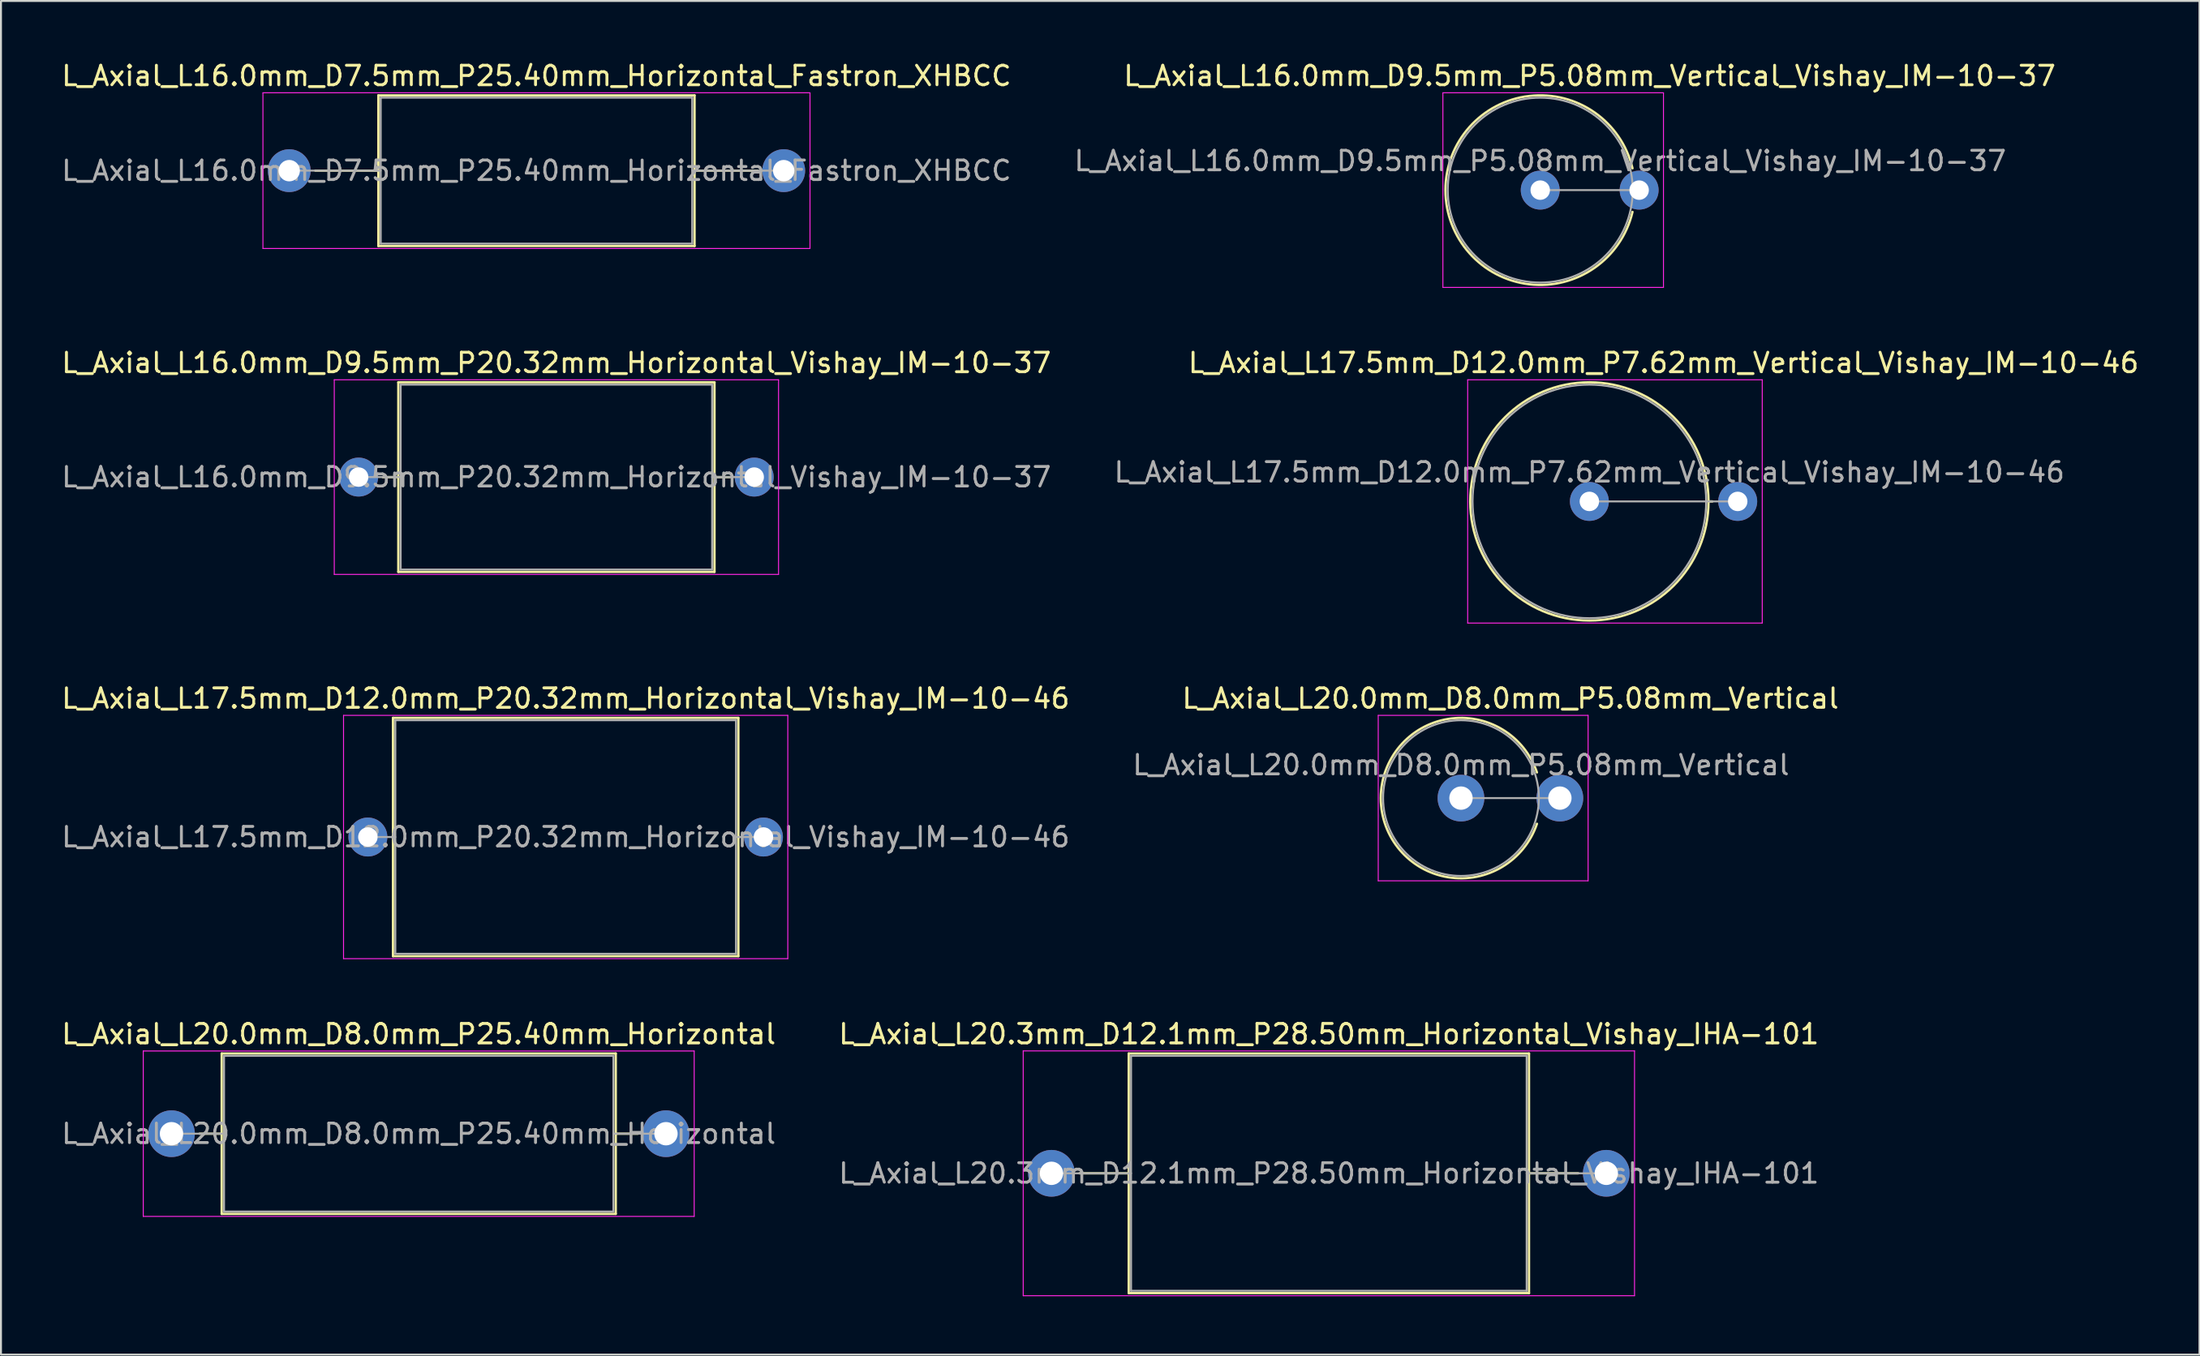
<source format=kicad_pcb>
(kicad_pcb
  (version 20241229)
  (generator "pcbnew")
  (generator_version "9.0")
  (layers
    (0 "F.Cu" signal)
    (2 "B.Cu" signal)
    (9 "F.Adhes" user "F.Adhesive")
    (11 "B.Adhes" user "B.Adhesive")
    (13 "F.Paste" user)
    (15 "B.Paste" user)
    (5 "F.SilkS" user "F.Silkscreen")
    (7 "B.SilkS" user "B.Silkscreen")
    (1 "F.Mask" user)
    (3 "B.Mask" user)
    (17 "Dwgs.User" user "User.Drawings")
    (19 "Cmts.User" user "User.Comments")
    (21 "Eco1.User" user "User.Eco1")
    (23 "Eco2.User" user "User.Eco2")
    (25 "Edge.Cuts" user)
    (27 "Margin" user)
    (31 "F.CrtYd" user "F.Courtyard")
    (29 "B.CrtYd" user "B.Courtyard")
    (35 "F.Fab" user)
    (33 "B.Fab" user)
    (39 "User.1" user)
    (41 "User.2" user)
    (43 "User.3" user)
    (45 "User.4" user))
  (footprint "L_Axial_L20.0mm_D8.0mm_P5.08mm_Vertical"
    (layer "F.Cu")
    (at 71.994 37.955)
    (property "Reference" "L_Axial_L20.0mm_D8.0mm_P5.08mm_Vertical" (at 2.54 -5.12 0) (layer "F.SilkS") (effects (font (size 1 1) (thickness 0.15))))
    (attr through_hole)
    (fp_arc (start 3.902819 1.32) (mid -4.12 0) (end 3.902819 -1.32) (stroke (width 0.12) (type solid)) (layer "F.SilkS"))
    (fp_line (start -4.25 -4.25) (end -4.25 4.25) (stroke (width 0.05) (type solid)) (layer "F.CrtYd"))
    (fp_line (start -4.25 4.25) (end 6.53 4.25) (stroke (width 0.05) (type solid)) (layer "F.CrtYd"))
    (fp_line (start 6.53 -4.25) (end -4.25 -4.25) (stroke (width 0.05) (type solid)) (layer "F.CrtYd"))
    (fp_line (start 6.53 4.25) (end 6.53 -4.25) (stroke (width 0.05) (type solid)) (layer "F.CrtYd"))
    (fp_line (start 0 0) (end 5.08 0) (stroke (width 0.1) (type solid)) (layer "F.Fab"))
    (fp_circle (center 0 0) (end 4 0) (stroke (width 0.1) (type solid)) (fill no) (layer "F.Fab"))
    (fp_text user "${REFERENCE}" (at 0 -1.7 0) (layer "F.Fab") (effects (font (size 1 1) (thickness 0.15))))
    (pad "1" thru_hole circle (at 0 0) (size 2.4 2.4) (drill 1.2) (layers "*.Cu" "*.Mask"))
    (pad "2" thru_hole oval (at 5.08 0) (size 2.4 2.4) (drill 1.2) (layers "*.Cu" "*.Mask")))
  (footprint "L_Axial_L20.0mm_D8.0mm_P25.40mm_Horizontal"
    (layer "F.Cu")
    (at 5.758 55.198)
    (property "Reference" "L_Axial_L20.0mm_D8.0mm_P25.40mm_Horizontal" (at 12.7 -5.12 0) (layer "F.SilkS") (effects (font (size 1 1) (thickness 0.15))))
    (attr through_hole)
    (fp_line (start 1.44 0) (end 2.58 0) (stroke (width 0.12) (type solid)) (layer "F.SilkS"))
    (fp_line (start 2.58 -4.12) (end 2.58 4.12) (stroke (width 0.12) (type solid)) (layer "F.SilkS"))
    (fp_line (start 2.58 4.12) (end 22.82 4.12) (stroke (width 0.12) (type solid)) (layer "F.SilkS"))
    (fp_line (start 22.82 -4.12) (end 2.58 -4.12) (stroke (width 0.12) (type solid)) (layer "F.SilkS"))
    (fp_line (start 22.82 4.12) (end 22.82 -4.12) (stroke (width 0.12) (type solid)) (layer "F.SilkS"))
    (fp_line (start 23.96 0) (end 22.82 0) (stroke (width 0.12) (type solid)) (layer "F.SilkS"))
    (fp_line (start -1.45 -4.25) (end -1.45 4.25) (stroke (width 0.05) (type solid)) (layer "F.CrtYd"))
    (fp_line (start -1.45 4.25) (end 26.85 4.25) (stroke (width 0.05) (type solid)) (layer "F.CrtYd"))
    (fp_line (start 26.85 -4.25) (end -1.45 -4.25) (stroke (width 0.05) (type solid)) (layer "F.CrtYd"))
    (fp_line (start 26.85 4.25) (end 26.85 -4.25) (stroke (width 0.05) (type solid)) (layer "F.CrtYd"))
    (fp_line (start 0 0) (end 2.7 0) (stroke (width 0.1) (type solid)) (layer "F.Fab"))
    (fp_line (start 2.7 -4) (end 2.7 4) (stroke (width 0.1) (type solid)) (layer "F.Fab"))
    (fp_line (start 2.7 4) (end 22.7 4) (stroke (width 0.1) (type solid)) (layer "F.Fab"))
    (fp_line (start 22.7 -4) (end 2.7 -4) (stroke (width 0.1) (type solid)) (layer "F.Fab"))
    (fp_line (start 22.7 4) (end 22.7 -4) (stroke (width 0.1) (type solid)) (layer "F.Fab"))
    (fp_line (start 25.4 0) (end 22.7 0) (stroke (width 0.1) (type solid)) (layer "F.Fab"))
    (fp_text user "${REFERENCE}" (at 12.7 0 0) (layer "F.Fab") (effects (font (size 1 1) (thickness 0.15))))
    (pad "1" thru_hole circle (at 0 0) (size 2.4 2.4) (drill 1.2) (layers "*.Cu" "*.Mask"))
    (pad "2" thru_hole oval (at 25.4 0) (size 2.4 2.4) (drill 1.2) (layers "*.Cu" "*.Mask")))
  (footprint "L_Axial_L16.0mm_D9.5mm_P20.32mm_Horizontal_Vishay_IM-10-37"
    (layer "F.Cu")
    (at 15.37 21.462)
    (property "Reference" "L_Axial_L16.0mm_D9.5mm_P20.32mm_Horizontal_Vishay_IM-10-37" (at 10.16 -5.87 0) (layer "F.SilkS") (effects (font (size 1 1) (thickness 0.15))))
    (attr through_hole)
    (fp_line (start 1.24 0) (end 2.04 0) (stroke (width 0.12) (type solid)) (layer "F.SilkS"))
    (fp_line (start 2.04 -4.87) (end 2.04 4.87) (stroke (width 0.12) (type solid)) (layer "F.SilkS"))
    (fp_line (start 2.04 4.87) (end 18.28 4.87) (stroke (width 0.12) (type solid)) (layer "F.SilkS"))
    (fp_line (start 18.28 -4.87) (end 2.04 -4.87) (stroke (width 0.12) (type solid)) (layer "F.SilkS"))
    (fp_line (start 18.28 4.87) (end 18.28 -4.87) (stroke (width 0.12) (type solid)) (layer "F.SilkS"))
    (fp_line (start 19.08 0) (end 18.28 0) (stroke (width 0.12) (type solid)) (layer "F.SilkS"))
    (fp_line (start -1.25 -5) (end -1.25 5) (stroke (width 0.05) (type solid)) (layer "F.CrtYd"))
    (fp_line (start -1.25 5) (end 21.57 5) (stroke (width 0.05) (type solid)) (layer "F.CrtYd"))
    (fp_line (start 21.57 -5) (end -1.25 -5) (stroke (width 0.05) (type solid)) (layer "F.CrtYd"))
    (fp_line (start 21.57 5) (end 21.57 -5) (stroke (width 0.05) (type solid)) (layer "F.CrtYd"))
    (fp_line (start 0 0) (end 2.16 0) (stroke (width 0.1) (type solid)) (layer "F.Fab"))
    (fp_line (start 2.16 -4.75) (end 2.16 4.75) (stroke (width 0.1) (type solid)) (layer "F.Fab"))
    (fp_line (start 2.16 4.75) (end 18.16 4.75) (stroke (width 0.1) (type solid)) (layer "F.Fab"))
    (fp_line (start 18.16 -4.75) (end 2.16 -4.75) (stroke (width 0.1) (type solid)) (layer "F.Fab"))
    (fp_line (start 18.16 4.75) (end 18.16 -4.75) (stroke (width 0.1) (type solid)) (layer "F.Fab"))
    (fp_line (start 20.32 0) (end 18.16 0) (stroke (width 0.1) (type solid)) (layer "F.Fab"))
    (fp_text user "${REFERENCE}" (at 10.16 0 0) (layer "F.Fab") (effects (font (size 1 1) (thickness 0.15))))
    (pad "1" thru_hole circle (at 0 0) (size 2 2) (drill 1) (layers "*.Cu" "*.Mask"))
    (pad "2" thru_hole oval (at 20.32 0) (size 2 2) (drill 1) (layers "*.Cu" "*.Mask")))
  (footprint "L_Axial_L16.0mm_D7.5mm_P25.40mm_Horizontal_Fastron_XHBCC"
    (layer "F.Cu")
    (at 11.806 5.718)
    (property "Reference" "L_Axial_L16.0mm_D7.5mm_P25.40mm_Horizontal_Fastron_XHBCC" (at 12.7 -4.87 0) (layer "F.SilkS") (effects (font (size 1 1) (thickness 0.15))))
    (attr through_hole)
    (fp_line (start 1.34 0) (end 4.58 0) (stroke (width 0.12) (type solid)) (layer "F.SilkS"))
    (fp_line (start 4.58 -3.87) (end 4.58 3.87) (stroke (width 0.12) (type solid)) (layer "F.SilkS"))
    (fp_line (start 4.58 3.87) (end 20.82 3.87) (stroke (width 0.12) (type solid)) (layer "F.SilkS"))
    (fp_line (start 20.82 -3.87) (end 4.58 -3.87) (stroke (width 0.12) (type solid)) (layer "F.SilkS"))
    (fp_line (start 20.82 3.87) (end 20.82 -3.87) (stroke (width 0.12) (type solid)) (layer "F.SilkS"))
    (fp_line (start 24.06 0) (end 20.82 0) (stroke (width 0.12) (type solid)) (layer "F.SilkS"))
    (fp_line (start -1.35 -4) (end -1.35 4) (stroke (width 0.05) (type solid)) (layer "F.CrtYd"))
    (fp_line (start -1.35 4) (end 26.75 4) (stroke (width 0.05) (type solid)) (layer "F.CrtYd"))
    (fp_line (start 26.75 -4) (end -1.35 -4) (stroke (width 0.05) (type solid)) (layer "F.CrtYd"))
    (fp_line (start 26.75 4) (end 26.75 -4) (stroke (width 0.05) (type solid)) (layer "F.CrtYd"))
    (fp_line (start 0 0) (end 4.7 0) (stroke (width 0.1) (type solid)) (layer "F.Fab"))
    (fp_line (start 4.7 -3.75) (end 4.7 3.75) (stroke (width 0.1) (type solid)) (layer "F.Fab"))
    (fp_line (start 4.7 3.75) (end 20.7 3.75) (stroke (width 0.1) (type solid)) (layer "F.Fab"))
    (fp_line (start 20.7 -3.75) (end 4.7 -3.75) (stroke (width 0.1) (type solid)) (layer "F.Fab"))
    (fp_line (start 20.7 3.75) (end 20.7 -3.75) (stroke (width 0.1) (type solid)) (layer "F.Fab"))
    (fp_line (start 25.4 0) (end 20.7 0) (stroke (width 0.1) (type solid)) (layer "F.Fab"))
    (fp_text user "${REFERENCE}" (at 12.7 0 0) (layer "F.Fab") (effects (font (size 1 1) (thickness 0.15))))
    (pad "1" thru_hole circle (at 0 0) (size 2.2 2.2) (drill 1.1) (layers "*.Cu" "*.Mask"))
    (pad "2" thru_hole oval (at 25.4 0) (size 2.2 2.2) (drill 1.1) (layers "*.Cu" "*.Mask")))
  (footprint "L_Axial_L16.0mm_D9.5mm_P5.08mm_Vertical_Vishay_IM-10-37"
    (layer "F.Cu")
    (at 76.065 6.718)
    (property "Reference" "L_Axial_L16.0mm_D9.5mm_P5.08mm_Vertical_Vishay_IM-10-37" (at 2.54 -5.87 0) (layer "F.SilkS") (effects (font (size 1 1) (thickness 0.15))))
    (attr through_hole)
    (fp_arc (start 4.739462 1.12) (mid -4.87 0) (end 4.739462 -1.12) (stroke (width 0.12) (type solid)) (layer "F.SilkS"))
    (fp_line (start -5 -5) (end -5 5) (stroke (width 0.05) (type solid)) (layer "F.CrtYd"))
    (fp_line (start -5 5) (end 6.33 5) (stroke (width 0.05) (type solid)) (layer "F.CrtYd"))
    (fp_line (start 6.33 -5) (end -5 -5) (stroke (width 0.05) (type solid)) (layer "F.CrtYd"))
    (fp_line (start 6.33 5) (end 6.33 -5) (stroke (width 0.05) (type solid)) (layer "F.CrtYd"))
    (fp_line (start 0 0) (end 5.08 0) (stroke (width 0.1) (type solid)) (layer "F.Fab"))
    (fp_circle (center 0 0) (end 4.75 0) (stroke (width 0.1) (type solid)) (fill no) (layer "F.Fab"))
    (fp_text user "${REFERENCE}" (at 0 -1.5 0) (layer "F.Fab") (effects (font (size 1 1) (thickness 0.15))))
    (pad "1" thru_hole circle (at 0 0) (size 2 2) (drill 1) (layers "*.Cu" "*.Mask"))
    (pad "2" thru_hole oval (at 5.08 0) (size 2 2) (drill 1) (layers "*.Cu" "*.Mask")))
  (footprint "L_Axial_L17.5mm_D12.0mm_P20.32mm_Horizontal_Vishay_IM-10-46"
    (layer "F.Cu")
    (at 15.846 39.955)
    (property "Reference" "L_Axial_L17.5mm_D12.0mm_P20.32mm_Horizontal_Vishay_IM-10-46" (at 10.16 -7.12 0) (layer "F.SilkS") (effects (font (size 1 1) (thickness 0.15))))
    (attr through_hole)
    (fp_line (start 1.24 0) (end 1.29 0) (stroke (width 0.12) (type solid)) (layer "F.SilkS"))
    (fp_line (start 1.29 -6.12) (end 1.29 6.12) (stroke (width 0.12) (type solid)) (layer "F.SilkS"))
    (fp_line (start 1.29 6.12) (end 19.03 6.12) (stroke (width 0.12) (type solid)) (layer "F.SilkS"))
    (fp_line (start 19.03 -6.12) (end 1.29 -6.12) (stroke (width 0.12) (type solid)) (layer "F.SilkS"))
    (fp_line (start 19.03 6.12) (end 19.03 -6.12) (stroke (width 0.12) (type solid)) (layer "F.SilkS"))
    (fp_line (start 19.08 0) (end 19.03 0) (stroke (width 0.12) (type solid)) (layer "F.SilkS"))
    (fp_line (start -1.25 -6.25) (end -1.25 6.25) (stroke (width 0.05) (type solid)) (layer "F.CrtYd"))
    (fp_line (start -1.25 6.25) (end 21.57 6.25) (stroke (width 0.05) (type solid)) (layer "F.CrtYd"))
    (fp_line (start 21.57 -6.25) (end -1.25 -6.25) (stroke (width 0.05) (type solid)) (layer "F.CrtYd"))
    (fp_line (start 21.57 6.25) (end 21.57 -6.25) (stroke (width 0.05) (type solid)) (layer "F.CrtYd"))
    (fp_line (start 0 0) (end 1.41 0) (stroke (width 0.1) (type solid)) (layer "F.Fab"))
    (fp_line (start 1.41 -6) (end 1.41 6) (stroke (width 0.1) (type solid)) (layer "F.Fab"))
    (fp_line (start 1.41 6) (end 18.91 6) (stroke (width 0.1) (type solid)) (layer "F.Fab"))
    (fp_line (start 18.91 -6) (end 1.41 -6) (stroke (width 0.1) (type solid)) (layer "F.Fab"))
    (fp_line (start 18.91 6) (end 18.91 -6) (stroke (width 0.1) (type solid)) (layer "F.Fab"))
    (fp_line (start 20.32 0) (end 18.91 0) (stroke (width 0.1) (type solid)) (layer "F.Fab"))
    (fp_text user "${REFERENCE}" (at 10.16 0 0) (layer "F.Fab") (effects (font (size 1 1) (thickness 0.15))))
    (pad "1" thru_hole circle (at 0 0) (size 2 2) (drill 1) (layers "*.Cu" "*.Mask"))
    (pad "2" thru_hole oval (at 20.32 0) (size 2 2) (drill 1) (layers "*.Cu" "*.Mask")))
  (footprint "L_Axial_L17.5mm_D12.0mm_P7.62mm_Vertical_Vishay_IM-10-46"
    (layer "F.Cu")
    (at 78.589 22.712)
    (property "Reference" "L_Axial_L17.5mm_D12.0mm_P7.62mm_Vertical_Vishay_IM-10-46" (at 3.81 -7.12 0) (layer "F.SilkS") (effects (font (size 1 1) (thickness 0.15))))
    (attr through_hole)
    (fp_line (start 6.12 0) (end 6.32 0) (stroke (width 0.12) (type solid)) (layer "F.SilkS"))
    (fp_circle (center 0 0) (end 6.12 0) (stroke (width 0.12) (type solid)) (fill no) (layer "F.SilkS"))
    (fp_line (start -6.25 -6.25) (end -6.25 6.25) (stroke (width 0.05) (type solid)) (layer "F.CrtYd"))
    (fp_line (start -6.25 6.25) (end 8.88 6.25) (stroke (width 0.05) (type solid)) (layer "F.CrtYd"))
    (fp_line (start 8.88 -6.25) (end -6.25 -6.25) (stroke (width 0.05) (type solid)) (layer "F.CrtYd"))
    (fp_line (start 8.88 6.25) (end 8.88 -6.25) (stroke (width 0.05) (type solid)) (layer "F.CrtYd"))
    (fp_line (start 0 0) (end 7.62 0) (stroke (width 0.1) (type solid)) (layer "F.Fab"))
    (fp_circle (center 0 0) (end 6 0) (stroke (width 0.1) (type solid)) (fill no) (layer "F.Fab"))
    (fp_text user "${REFERENCE}" (at 0 -1.5 0) (layer "F.Fab") (effects (font (size 1 1) (thickness 0.15))))
    (pad "1" thru_hole circle (at 0 0) (size 2 2) (drill 1) (layers "*.Cu" "*.Mask"))
    (pad "2" thru_hole oval (at 7.62 0) (size 2 2) (drill 1) (layers "*.Cu" "*.Mask")))
  (footprint "L_Axial_L20.3mm_D12.1mm_P28.50mm_Horizontal_Vishay_IHA-101"
    (layer "F.Cu")
    (at 50.958 57.233)
    (property "Reference" "L_Axial_L20.3mm_D12.1mm_P28.50mm_Horizontal_Vishay_IHA-101" (at 14.25 -7.155 0) (layer "F.SilkS") (effects (font (size 1 1) (thickness 0.15))))
    (attr through_hole)
    (fp_line (start 1.44 0) (end 3.97 0) (stroke (width 0.12) (type solid)) (layer "F.SilkS"))
    (fp_line (start 3.97 -6.155) (end 3.97 6.155) (stroke (width 0.12) (type solid)) (layer "F.SilkS"))
    (fp_line (start 3.97 6.155) (end 24.53 6.155) (stroke (width 0.12) (type solid)) (layer "F.SilkS"))
    (fp_line (start 24.53 -6.155) (end 3.97 -6.155) (stroke (width 0.12) (type solid)) (layer "F.SilkS"))
    (fp_line (start 24.53 6.155) (end 24.53 -6.155) (stroke (width 0.12) (type solid)) (layer "F.SilkS"))
    (fp_line (start 27.06 0) (end 24.53 0) (stroke (width 0.12) (type solid)) (layer "F.SilkS"))
    (fp_line (start -1.45 -6.29) (end -1.45 6.29) (stroke (width 0.05) (type solid)) (layer "F.CrtYd"))
    (fp_line (start -1.45 6.29) (end 29.95 6.29) (stroke (width 0.05) (type solid)) (layer "F.CrtYd"))
    (fp_line (start 29.95 -6.29) (end -1.45 -6.29) (stroke (width 0.05) (type solid)) (layer "F.CrtYd"))
    (fp_line (start 29.95 6.29) (end 29.95 -6.29) (stroke (width 0.05) (type solid)) (layer "F.CrtYd"))
    (fp_line (start 0 0) (end 4.09 0) (stroke (width 0.1) (type solid)) (layer "F.Fab"))
    (fp_line (start 4.09 -6.035) (end 4.09 6.035) (stroke (width 0.1) (type solid)) (layer "F.Fab"))
    (fp_line (start 4.09 6.035) (end 24.41 6.035) (stroke (width 0.1) (type solid)) (layer "F.Fab"))
    (fp_line (start 24.41 -6.035) (end 4.09 -6.035) (stroke (width 0.1) (type solid)) (layer "F.Fab"))
    (fp_line (start 24.41 6.035) (end 24.41 -6.035) (stroke (width 0.1) (type solid)) (layer "F.Fab"))
    (fp_line (start 28.5 0) (end 24.41 0) (stroke (width 0.1) (type solid)) (layer "F.Fab"))
    (fp_text user "${REFERENCE}" (at 14.25 0 0) (layer "F.Fab") (effects (font (size 1 1) (thickness 0.15))))
    (pad "1" thru_hole circle (at 0 0) (size 2.4 2.4) (drill 1.2) (layers "*.Cu" "*.Mask"))
    (pad "2" thru_hole oval (at 28.5 0) (size 2.4 2.4) (drill 1.2) (layers "*.Cu" "*.Mask")))
  (gr_rect
    (start -3 -3)
    (end 109.929 66.548)
    (stroke (width 0.1) (type default))
    (fill no)
    (layer "Edge.Cuts")))
</source>
